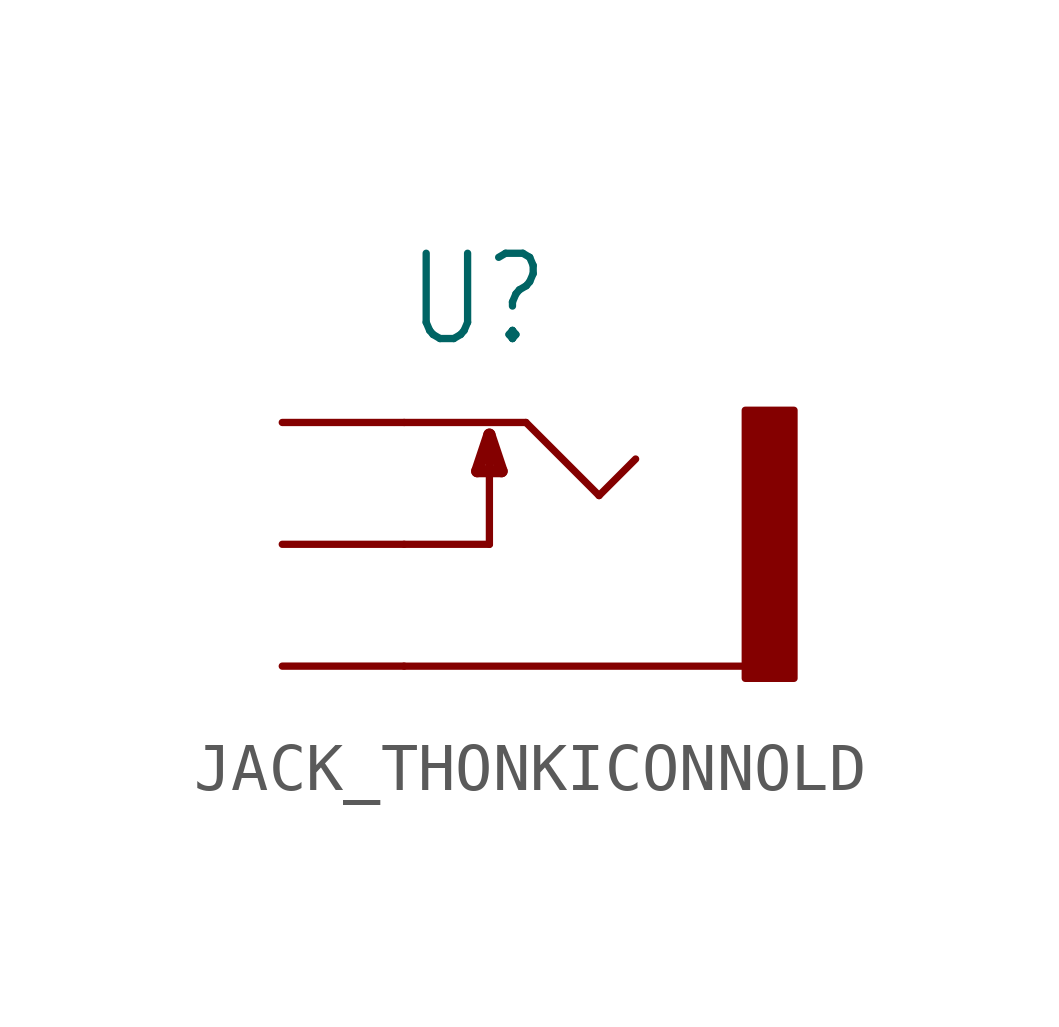
<source format=kicad_sym>
(kicad_symbol_lib
  (version 20231120)
  (generator "kicad_symbol_editor")
  (generator_version "8.0")
  (symbol "JACK_THONKICONNOLD"
    (property "Reference" "U"
      (at -2.54 4.064 0)
      (effects (font (size 1.778 1.511)) (justify left bottom)))
    (property "ki_locked" ""
      (at 0 0 0)
      (effects (font (size 1.27 1.27))))
    (symbol "JACK_THONKICONNOLD_1_0"
      (polyline (pts (xy -2.54 -2.54) (xy 4.572 -2.54)) (stroke (width 0.152) (type solid)) (fill (type none)))
      (polyline (pts (xy -2.54 0) (xy -0.762 0)) (stroke (width 0.152) (type solid)) (fill (type none)))
      (polyline (pts (xy -2.54 2.54) (xy 0 2.54)) (stroke (width 0.152) (type solid)) (fill (type none)))
      (polyline (pts (xy -1.016 1.524) (xy -0.508 1.524)) (stroke (width 0.254) (type solid)) (fill (type none)))
      (polyline (pts (xy -0.762 0) (xy -0.762 2.286)) (stroke (width 0.152) (type solid)) (fill (type none)))
      (polyline (pts (xy -0.762 2.286) (xy -1.016 1.524)) (stroke (width 0.254) (type solid)) (fill (type none)))
      (polyline (pts (xy -0.508 1.524) (xy -0.762 2.286)) (stroke (width 0.254) (type solid)) (fill (type none)))
      (polyline (pts (xy 0 2.54) (xy 1.524 1.016)) (stroke (width 0.152) (type solid)) (fill (type none)))
      (polyline (pts (xy 1.524 1.016) (xy 2.286 1.778)) (stroke (width 0.152) (type solid)) (fill (type none)))
      (rectangle (start 4.572 2.794) (end 5.588 -2.794) (stroke (width 0) (type default)) (fill (type outline)))
      (pin passive line (at -5.08 -2.54 0) (length 2.54) (name "SLEEVE" (effects (font (size 0 0)))) (number "P$1_SLEEVE" (effects (font (size 0 0)))))
      (pin passive line (at -5.08 0 0) (length 2.54) (name "SWITCH" (effects (font (size 0 0)))) (number "P$2_SWITCH" (effects (font (size 0 0)))))
      (pin passive line (at -5.08 2.54 0) (length 2.54) (name "TIP" (effects (font (size 0 0)))) (number "P$3_TIP" (effects (font (size 0 0))))))))
</source>
